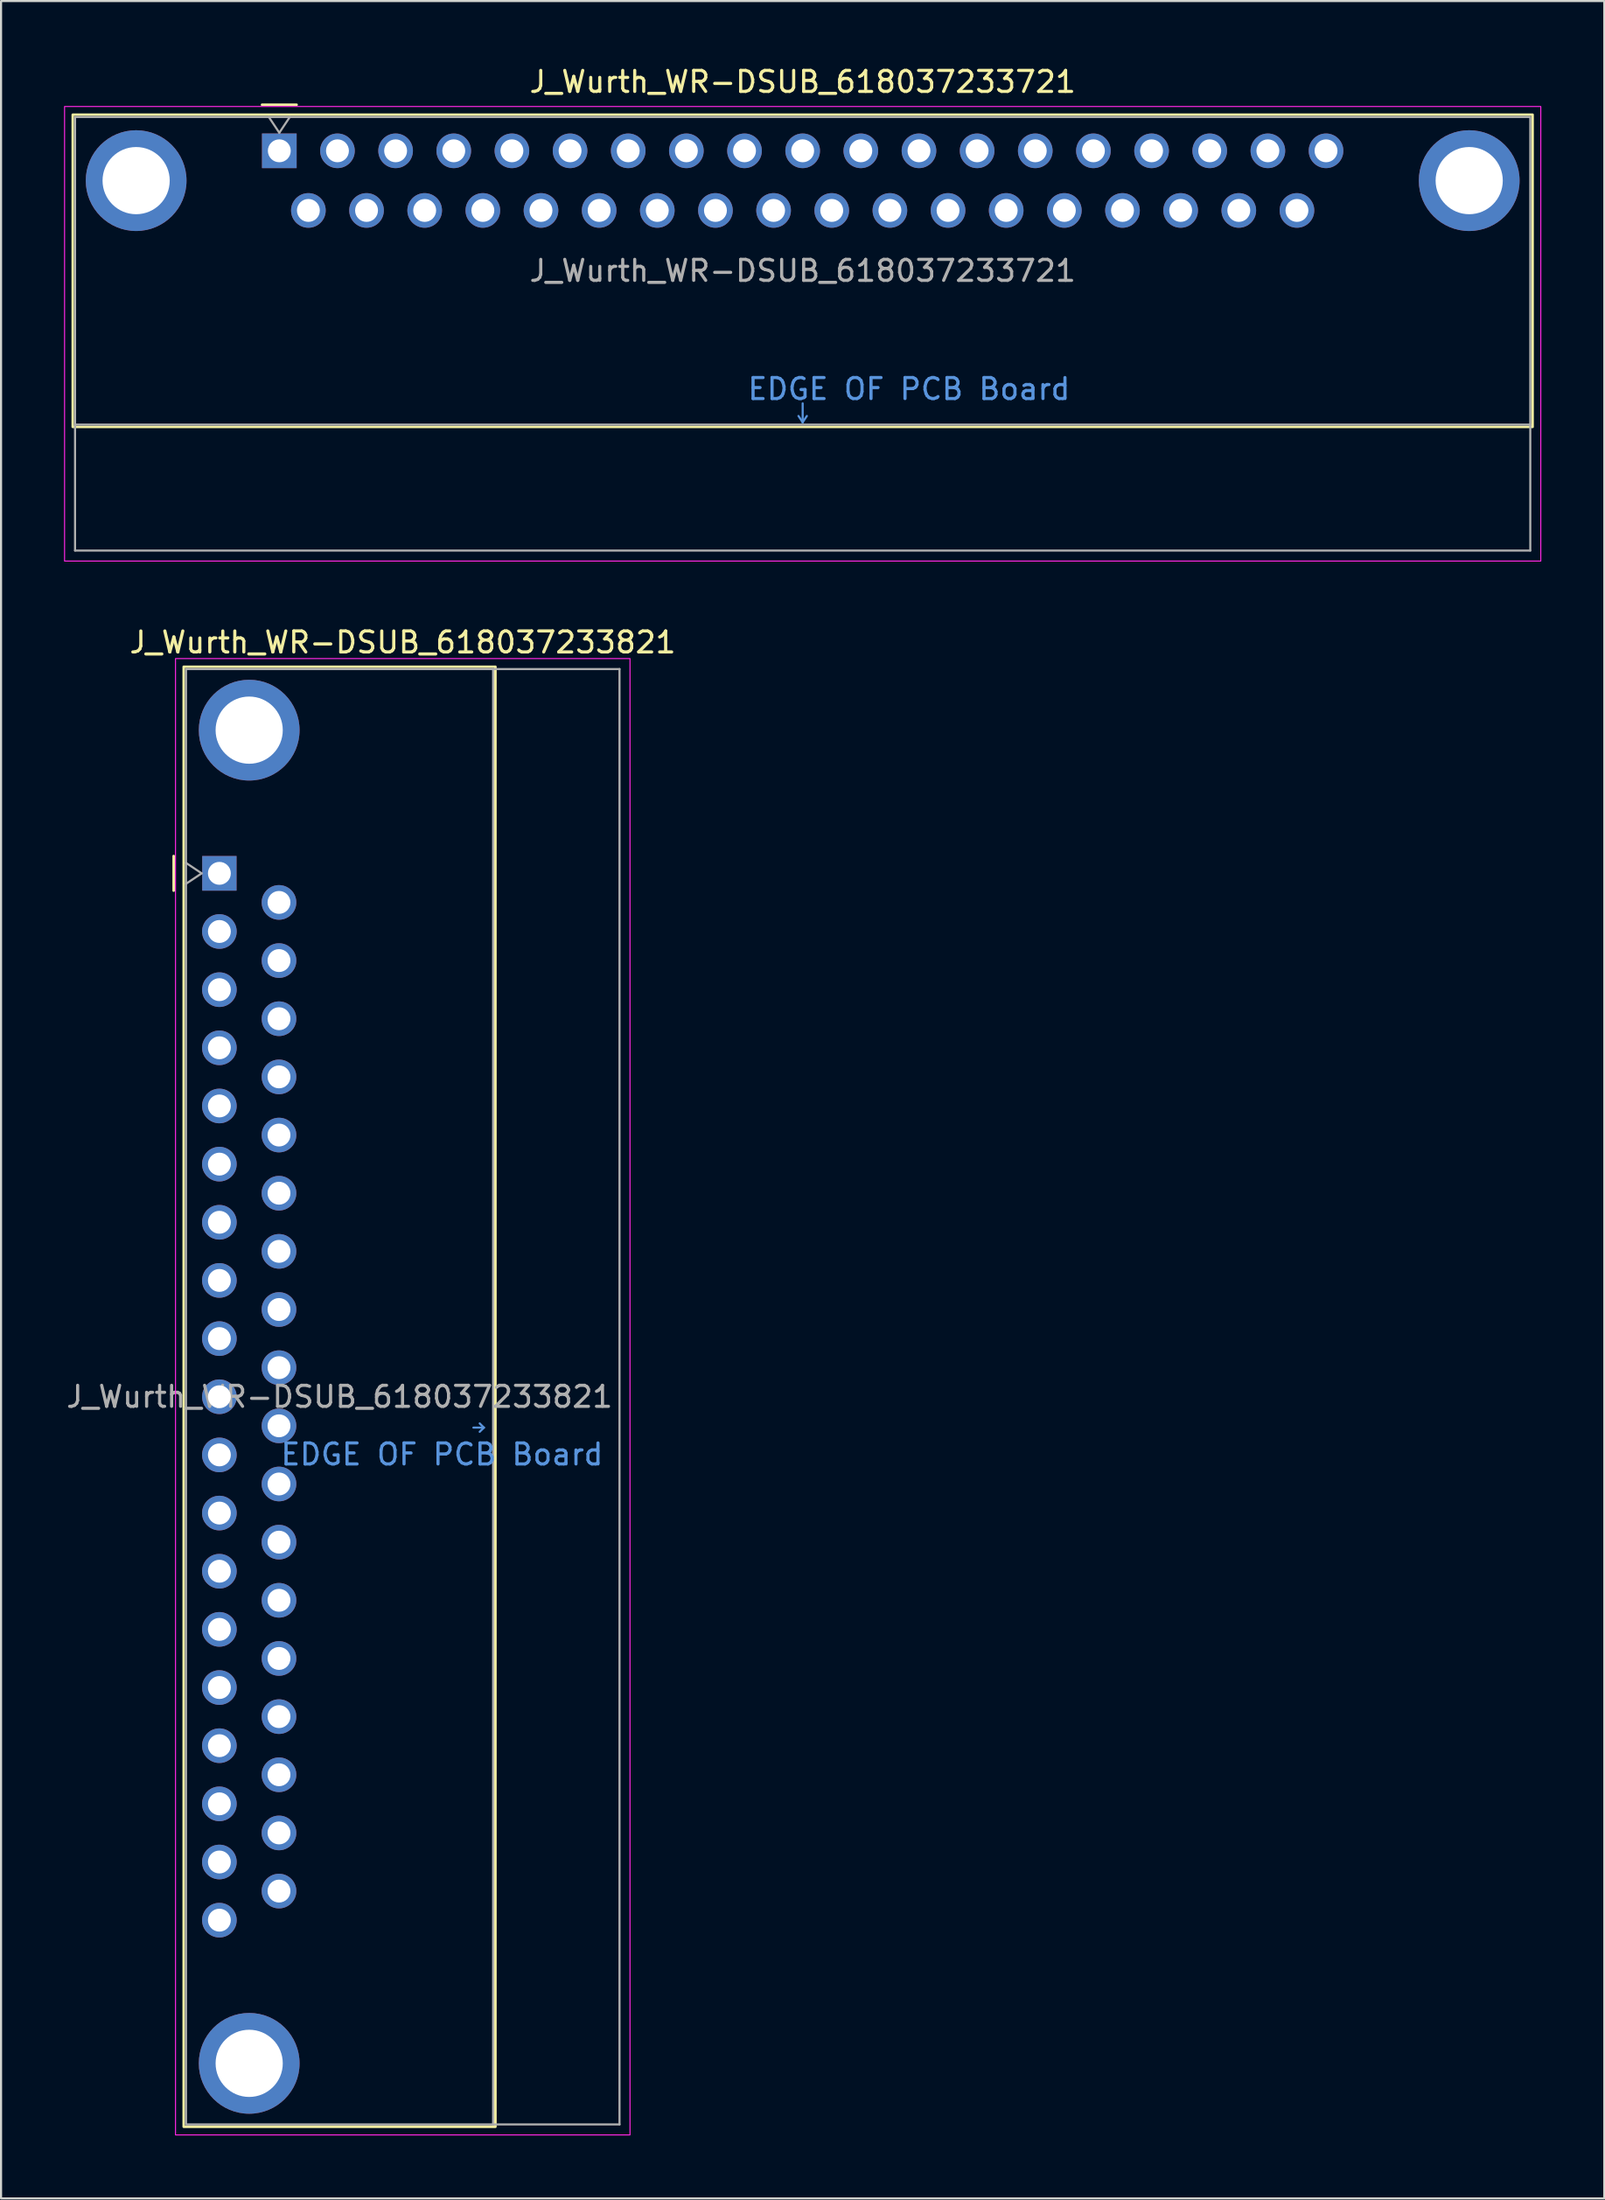
<source format=kicad_pcb>
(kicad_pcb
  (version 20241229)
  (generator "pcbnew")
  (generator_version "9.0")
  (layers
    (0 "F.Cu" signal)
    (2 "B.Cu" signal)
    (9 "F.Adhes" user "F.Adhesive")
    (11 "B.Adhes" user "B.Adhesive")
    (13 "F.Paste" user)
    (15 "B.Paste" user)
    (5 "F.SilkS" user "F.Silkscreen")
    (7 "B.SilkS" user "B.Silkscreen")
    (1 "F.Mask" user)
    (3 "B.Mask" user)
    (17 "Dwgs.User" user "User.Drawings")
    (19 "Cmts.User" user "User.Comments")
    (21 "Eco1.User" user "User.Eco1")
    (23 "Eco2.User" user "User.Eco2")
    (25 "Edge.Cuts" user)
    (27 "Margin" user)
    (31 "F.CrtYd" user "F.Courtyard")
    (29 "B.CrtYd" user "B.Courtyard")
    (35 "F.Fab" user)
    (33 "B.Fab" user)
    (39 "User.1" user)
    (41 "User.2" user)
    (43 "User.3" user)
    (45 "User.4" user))
  (footprint "J_Wurth_WR-DSUB_618037233721"
    (layer "F.Cu")
    (at 10.255 4.133)
    (property "Reference" "J_Wurth_WR-DSUB_618037233721" (at 24.93 -3.285 0) (unlocked yes) (layer "F.SilkS") (effects (font (size 1 1) (thickness 0.15))))
    (attr through_hole)
    (fp_line (start 0.825 -2.195) (end -0.825 -2.195) (stroke (width 0.12) (type solid)) (layer "F.SilkS"))
    (fp_rect (start -9.84 -1.72) (end 59.7 13.15) (stroke (width 0.12) (type solid)) (fill no) (layer "F.SilkS"))
    (fp_line (start 24.93 12.03) (end 24.93 12.93) (stroke (width 0.1) (type solid)) (layer "Cmts.User"))
    (fp_line (start 24.93 12.93) (end 24.73 12.63) (stroke (width 0.1) (type solid)) (layer "Cmts.User"))
    (fp_line (start 24.93 12.93) (end 25.13 12.63) (stroke (width 0.1) (type solid)) (layer "Cmts.User"))
    (fp_rect (start -10.23 -2.11) (end 60.09 19.54) (stroke (width 0.05) (type solid)) (fill no) (layer "F.CrtYd"))
    (fp_line (start -9.73 19.04) (end -9.73 13.04) (stroke (width 0.1) (type solid)) (layer "F.Fab"))
    (fp_line (start 0 -0.86) (end -0.5 -1.61) (stroke (width 0.1) (type solid)) (layer "F.Fab"))
    (fp_line (start 0 -0.86) (end 0.5 -1.61) (stroke (width 0.1) (type solid)) (layer "F.Fab"))
    (fp_line (start 59.59 13.04) (end 59.59 19.04) (stroke (width 0.1) (type solid)) (layer "F.Fab"))
    (fp_line (start 59.59 19.04) (end -9.73 19.04) (stroke (width 0.1) (type solid)) (layer "F.Fab"))
    (fp_rect (start -9.73 -1.61) (end 59.59 13.04) (stroke (width 0.1) (type solid)) (fill no) (layer "F.Fab"))
    (fp_text user "EDGE OF PCB Board" (at 22.23 11.93 0) (unlocked yes) (layer "Cmts.User") (effects (font (size 1 1) (thickness 0.15)) (justify left bottom)))
    (fp_text user "${REFERENCE}" (at 24.93 5.715 0) (unlocked yes) (layer "F.Fab") (effects (font (size 1 1) (thickness 0.15))))
    (pad "1" thru_hole rect (at 0 0) (size 1.65 1.65) (drill 1.09) (layers "*.Cu" "*.Mask"))
    (pad "2" thru_hole circle (at 2.77 0) (size 1.65 1.65) (drill 1.09) (layers "*.Cu" "*.Mask"))
    (pad "3" thru_hole circle (at 5.54 0) (size 1.65 1.65) (drill 1.09) (layers "*.Cu" "*.Mask"))
    (pad "4" thru_hole circle (at 8.31 0) (size 1.65 1.65) (drill 1.09) (layers "*.Cu" "*.Mask"))
    (pad "5" thru_hole circle (at 11.08 0) (size 1.65 1.65) (drill 1.09) (layers "*.Cu" "*.Mask"))
    (pad "6" thru_hole circle (at 13.85 0) (size 1.65 1.65) (drill 1.09) (layers "*.Cu" "*.Mask"))
    (pad "7" thru_hole circle (at 16.62 0) (size 1.65 1.65) (drill 1.09) (layers "*.Cu" "*.Mask"))
    (pad "8" thru_hole circle (at 19.39 0) (size 1.65 1.65) (drill 1.09) (layers "*.Cu" "*.Mask"))
    (pad "9" thru_hole circle (at 22.16 0) (size 1.65 1.65) (drill 1.09) (layers "*.Cu" "*.Mask"))
    (pad "10" thru_hole circle (at 24.93 0) (size 1.65 1.65) (drill 1.09) (layers "*.Cu" "*.Mask"))
    (pad "11" thru_hole circle (at 27.7 0) (size 1.65 1.65) (drill 1.09) (layers "*.Cu" "*.Mask"))
    (pad "12" thru_hole circle (at 30.47 0) (size 1.65 1.65) (drill 1.09) (layers "*.Cu" "*.Mask"))
    (pad "13" thru_hole circle (at 33.24 0) (size 1.65 1.65) (drill 1.09) (layers "*.Cu" "*.Mask"))
    (pad "14" thru_hole circle (at 36.01 0) (size 1.65 1.65) (drill 1.09) (layers "*.Cu" "*.Mask"))
    (pad "15" thru_hole circle (at 38.78 0) (size 1.65 1.65) (drill 1.09) (layers "*.Cu" "*.Mask"))
    (pad "16" thru_hole circle (at 41.55 0) (size 1.65 1.65) (drill 1.09) (layers "*.Cu" "*.Mask"))
    (pad "17" thru_hole circle (at 44.32 0) (size 1.65 1.65) (drill 1.09) (layers "*.Cu" "*.Mask"))
    (pad "18" thru_hole circle (at 47.09 0) (size 1.65 1.65) (drill 1.09) (layers "*.Cu" "*.Mask"))
    (pad "19" thru_hole circle (at 49.86 0) (size 1.65 1.65) (drill 1.09) (layers "*.Cu" "*.Mask"))
    (pad "20" thru_hole circle (at 1.385 2.84) (size 1.65 1.65) (drill 1.09) (layers "*.Cu" "*.Mask"))
    (pad "21" thru_hole circle (at 4.155 2.84) (size 1.65 1.65) (drill 1.09) (layers "*.Cu" "*.Mask"))
    (pad "22" thru_hole circle (at 6.925 2.84) (size 1.65 1.65) (drill 1.09) (layers "*.Cu" "*.Mask"))
    (pad "23" thru_hole circle (at 9.695 2.84) (size 1.65 1.65) (drill 1.09) (layers "*.Cu" "*.Mask"))
    (pad "24" thru_hole circle (at 12.465 2.84) (size 1.65 1.65) (drill 1.09) (layers "*.Cu" "*.Mask"))
    (pad "25" thru_hole circle (at 15.235 2.84) (size 1.65 1.65) (drill 1.09) (layers "*.Cu" "*.Mask"))
    (pad "26" thru_hole circle (at 18.005 2.84) (size 1.65 1.65) (drill 1.09) (layers "*.Cu" "*.Mask"))
    (pad "27" thru_hole circle (at 20.775 2.84) (size 1.65 1.65) (drill 1.09) (layers "*.Cu" "*.Mask"))
    (pad "28" thru_hole circle (at 23.545 2.84) (size 1.65 1.65) (drill 1.09) (layers "*.Cu" "*.Mask"))
    (pad "29" thru_hole circle (at 26.315 2.84) (size 1.65 1.65) (drill 1.09) (layers "*.Cu" "*.Mask"))
    (pad "30" thru_hole circle (at 29.085 2.84) (size 1.65 1.65) (drill 1.09) (layers "*.Cu" "*.Mask"))
    (pad "31" thru_hole circle (at 31.855 2.84) (size 1.65 1.65) (drill 1.09) (layers "*.Cu" "*.Mask"))
    (pad "32" thru_hole circle (at 34.625 2.84) (size 1.65 1.65) (drill 1.09) (layers "*.Cu" "*.Mask"))
    (pad "33" thru_hole circle (at 37.395 2.84) (size 1.65 1.65) (drill 1.09) (layers "*.Cu" "*.Mask"))
    (pad "34" thru_hole circle (at 40.165 2.84) (size 1.65 1.65) (drill 1.09) (layers "*.Cu" "*.Mask"))
    (pad "35" thru_hole circle (at 42.935 2.84) (size 1.65 1.65) (drill 1.09) (layers "*.Cu" "*.Mask"))
    (pad "36" thru_hole circle (at 45.705 2.84) (size 1.65 1.65) (drill 1.09) (layers "*.Cu" "*.Mask"))
    (pad "37" thru_hole circle (at 48.475 2.84) (size 1.65 1.65) (drill 1.09) (layers "*.Cu" "*.Mask"))
    (pad "S1" thru_hole circle (at -6.82 1.42) (size 4.8 4.8) (drill 3.2) (layers "*.Cu" "*.Mask"))
    (pad "S2" thru_hole circle (at 56.68 1.42) (size 4.8 4.8) (drill 3.2) (layers "*.Cu" "*.Mask")))
  (footprint "J_Wurth_WR-DSUB_618037233821"
    (layer "F.Cu")
    (at 7.4 38.547)
    (property "Reference" "J_Wurth_WR-DSUB_618037233821" (at 8.735 -11 0) (unlocked yes) (layer "F.SilkS") (effects (font (size 1 1) (thickness 0.15))))
    (attr through_hole)
    (fp_line (start -2.178 -0.825) (end -2.178 0.825) (stroke (width 0.12) (type solid)) (layer "F.SilkS"))
    (fp_rect (start -1.7 -9.84) (end 13.15 59.7) (stroke (width 0.12) (type solid)) (fill no) (layer "F.SilkS"))
    (fp_line (start 12.1 26.4) (end 12.6 26.4) (stroke (width 0.1) (type solid)) (layer "Cmts.User"))
    (fp_line (start 12.6 26.4) (end 12.4 26.2) (stroke (width 0.1) (type solid)) (layer "Cmts.User"))
    (fp_line (start 12.6 26.4) (end 12.4 26.6) (stroke (width 0.1) (type solid)) (layer "Cmts.User"))
    (fp_rect (start -2.09 -10.23) (end 19.56 60.09) (stroke (width 0.05) (type solid)) (fill no) (layer "F.CrtYd"))
    (fp_line (start -0.843 0) (end -1.593 -0.5) (stroke (width 0.1) (type solid)) (layer "F.Fab"))
    (fp_line (start -0.843 0) (end -1.593 0.5) (stroke (width 0.1) (type solid)) (layer "F.Fab"))
    (fp_line (start 13.04 -9.73) (end 19.06 -9.73) (stroke (width 0.1) (type solid)) (layer "F.Fab"))
    (fp_line (start 19.06 -9.73) (end 19.06 59.59) (stroke (width 0.1) (type solid)) (layer "F.Fab"))
    (fp_line (start 19.06 59.59) (end 13.04 59.59) (stroke (width 0.1) (type solid)) (layer "F.Fab"))
    (fp_rect (start -1.59 -9.73) (end 13.04 59.59) (stroke (width 0.1) (type solid)) (fill no) (layer "F.Fab"))
    (fp_text user "EDGE OF PCB Board" (at 2.84 28.26 0) (unlocked yes) (layer "Cmts.User") (effects (font (size 1 1) (thickness 0.15)) (justify left bottom)))
    (fp_text user "${REFERENCE}" (at 5.725 24.93 0) (unlocked yes) (layer "F.Fab") (effects (font (size 1 1) (thickness 0.15))))
    (pad "1" thru_hole rect (at 0 0 90) (size 1.65 1.635) (drill 1.09) (layers "*.Cu" "*.Mask"))
    (pad "2" thru_hole circle (at 0 2.77 90) (size 1.65 1.65) (drill 1.09) (layers "*.Cu" "*.Mask"))
    (pad "3" thru_hole circle (at 0 5.54 90) (size 1.65 1.65) (drill 1.09) (layers "*.Cu" "*.Mask"))
    (pad "4" thru_hole circle (at 0 8.31 90) (size 1.65 1.65) (drill 1.09) (layers "*.Cu" "*.Mask"))
    (pad "5" thru_hole circle (at 0 11.08 90) (size 1.65 1.65) (drill 1.09) (layers "*.Cu" "*.Mask"))
    (pad "6" thru_hole circle (at 0 13.85 90) (size 1.65 1.65) (drill 1.09) (layers "*.Cu" "*.Mask"))
    (pad "7" thru_hole circle (at 0 16.62 90) (size 1.65 1.65) (drill 1.09) (layers "*.Cu" "*.Mask"))
    (pad "8" thru_hole circle (at 0 19.39 90) (size 1.65 1.65) (drill 1.09) (layers "*.Cu" "*.Mask"))
    (pad "9" thru_hole circle (at 0 22.16 90) (size 1.65 1.65) (drill 1.09) (layers "*.Cu" "*.Mask"))
    (pad "10" thru_hole circle (at 0 24.93 90) (size 1.65 1.65) (drill 1.09) (layers "*.Cu" "*.Mask"))
    (pad "11" thru_hole circle (at 0 27.7 90) (size 1.65 1.65) (drill 1.09) (layers "*.Cu" "*.Mask"))
    (pad "12" thru_hole circle (at 0 30.47 90) (size 1.65 1.65) (drill 1.09) (layers "*.Cu" "*.Mask"))
    (pad "13" thru_hole circle (at 0 33.24 90) (size 1.65 1.65) (drill 1.09) (layers "*.Cu" "*.Mask"))
    (pad "14" thru_hole circle (at 0 36.01 90) (size 1.65 1.65) (drill 1.09) (layers "*.Cu" "*.Mask"))
    (pad "15" thru_hole circle (at 0 38.78 90) (size 1.65 1.65) (drill 1.09) (layers "*.Cu" "*.Mask"))
    (pad "16" thru_hole circle (at 0 41.55 90) (size 1.65 1.65) (drill 1.09) (layers "*.Cu" "*.Mask"))
    (pad "17" thru_hole circle (at 0 44.32 90) (size 1.65 1.65) (drill 1.09) (layers "*.Cu" "*.Mask"))
    (pad "18" thru_hole circle (at 0 47.09 90) (size 1.65 1.65) (drill 1.09) (layers "*.Cu" "*.Mask"))
    (pad "19" thru_hole circle (at 0 49.86 90) (size 1.65 1.65) (drill 1.09) (layers "*.Cu" "*.Mask"))
    (pad "20" thru_hole circle (at 2.84 1.385 90) (size 1.65 1.65) (drill 1.09) (layers "*.Cu" "*.Mask"))
    (pad "21" thru_hole circle (at 2.84 4.155 90) (size 1.65 1.65) (drill 1.09) (layers "*.Cu" "*.Mask"))
    (pad "22" thru_hole circle (at 2.84 6.925 90) (size 1.65 1.65) (drill 1.09) (layers "*.Cu" "*.Mask"))
    (pad "23" thru_hole circle (at 2.84 9.695 90) (size 1.65 1.65) (drill 1.09) (layers "*.Cu" "*.Mask"))
    (pad "24" thru_hole circle (at 2.84 12.465 90) (size 1.65 1.65) (drill 1.09) (layers "*.Cu" "*.Mask"))
    (pad "25" thru_hole circle (at 2.84 15.235 90) (size 1.65 1.65) (drill 1.09) (layers "*.Cu" "*.Mask"))
    (pad "26" thru_hole circle (at 2.84 18.005 90) (size 1.65 1.65) (drill 1.09) (layers "*.Cu" "*.Mask"))
    (pad "27" thru_hole circle (at 2.84 20.775 90) (size 1.65 1.65) (drill 1.09) (layers "*.Cu" "*.Mask"))
    (pad "28" thru_hole circle (at 2.84 23.545 90) (size 1.65 1.65) (drill 1.09) (layers "*.Cu" "*.Mask"))
    (pad "29" thru_hole circle (at 2.84 26.315 90) (size 1.65 1.65) (drill 1.09) (layers "*.Cu" "*.Mask"))
    (pad "30" thru_hole circle (at 2.84 29.085 90) (size 1.65 1.65) (drill 1.09) (layers "*.Cu" "*.Mask"))
    (pad "31" thru_hole circle (at 2.84 31.855 90) (size 1.65 1.65) (drill 1.09) (layers "*.Cu" "*.Mask"))
    (pad "32" thru_hole circle (at 2.84 34.625 90) (size 1.65 1.65) (drill 1.09) (layers "*.Cu" "*.Mask"))
    (pad "33" thru_hole circle (at 2.84 37.395 90) (size 1.65 1.65) (drill 1.09) (layers "*.Cu" "*.Mask"))
    (pad "34" thru_hole circle (at 2.84 40.165 90) (size 1.65 1.65) (drill 1.09) (layers "*.Cu" "*.Mask"))
    (pad "35" thru_hole circle (at 2.84 42.935 90) (size 1.65 1.65) (drill 1.09) (layers "*.Cu" "*.Mask"))
    (pad "36" thru_hole circle (at 2.84 45.705 90) (size 1.65 1.65) (drill 1.09) (layers "*.Cu" "*.Mask"))
    (pad "37" thru_hole circle (at 2.84 48.475 90) (size 1.65 1.65) (drill 1.09) (layers "*.Cu" "*.Mask"))
    (pad "S1" thru_hole circle (at 1.42 56.68 90) (size 4.8 4.8) (drill 3.2) (layers "*.Cu" "*.Mask"))
    (pad "S2" thru_hole circle (at 1.42 -6.82 90) (size 4.8 4.8) (drill 3.2) (layers "*.Cu" "*.Mask")))
  (gr_rect
    (start -3 -3)
    (end 73.37 101.662)
    (stroke (width 0.1) (type default))
    (fill no)
    (layer "Edge.Cuts")))
</source>
